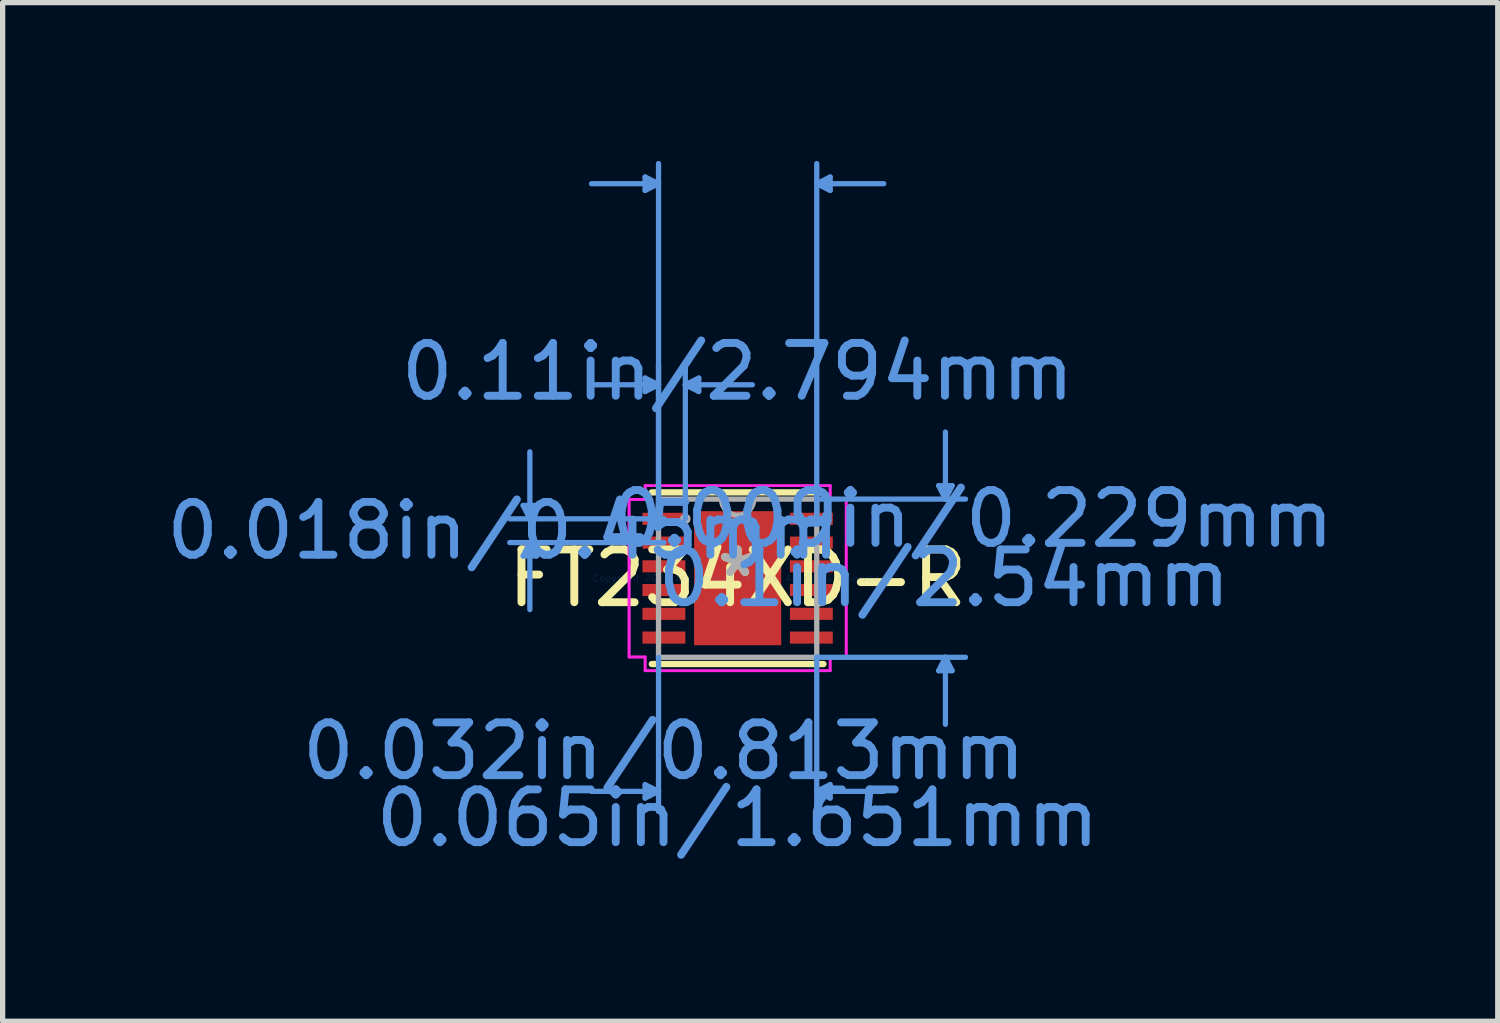
<source format=kicad_pcb>
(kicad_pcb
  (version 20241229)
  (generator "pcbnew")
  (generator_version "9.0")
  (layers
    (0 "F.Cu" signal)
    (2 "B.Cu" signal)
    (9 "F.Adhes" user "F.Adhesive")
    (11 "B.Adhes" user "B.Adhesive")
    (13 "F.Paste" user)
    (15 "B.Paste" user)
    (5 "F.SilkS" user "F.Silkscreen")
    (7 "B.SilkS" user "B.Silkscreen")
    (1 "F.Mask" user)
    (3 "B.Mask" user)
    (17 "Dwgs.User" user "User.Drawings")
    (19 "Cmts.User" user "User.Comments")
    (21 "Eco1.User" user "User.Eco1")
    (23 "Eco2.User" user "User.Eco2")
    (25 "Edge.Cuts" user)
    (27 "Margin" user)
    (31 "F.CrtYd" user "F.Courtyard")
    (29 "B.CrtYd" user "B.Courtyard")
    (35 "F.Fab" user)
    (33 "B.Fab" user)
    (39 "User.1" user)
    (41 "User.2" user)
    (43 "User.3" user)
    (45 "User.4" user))
  (footprint "FT234XD-R"
    (layer "F.Cu")
    (at 10.927 7.906)
    (property "Reference" "FT234XD-R" (at 0 0 0) (layer "F.SilkS") (effects (font (size 1 1) (thickness 0.15))))
    (attr through_hole)
    (fp_line (start -1.626 1.626) (end 1.626 1.626) (stroke (width 0.12) (type solid)) (layer "F.SilkS"))
    (fp_line (start 1.626 -1.626) (end -1.626 -1.626) (stroke (width 0.12) (type solid)) (layer "F.SilkS"))
    (fp_poly (pts (xy -0.726 -1.17) (xy -0.726 -0.1) (xy 0.726 -0.1) (xy 0.726 -1.17)) (stroke (width 0.1) (type solid)) (fill yes) (layer "F.Paste"))
    (fp_poly (pts (xy -0.726 0.1) (xy -0.726 1.17) (xy 0.726 1.17) (xy 0.726 0.1)) (stroke (width 0.1) (type solid)) (fill yes) (layer "F.Paste"))
    (fp_line (start -4.064 -1.379) (end -3.81 -1.379) (stroke (width 0.1) (type solid)) (layer "Cmts.User"))
    (fp_line (start -4.064 -0.421) (end -3.81 -0.421) (stroke (width 0.1) (type solid)) (layer "Cmts.User"))
    (fp_line (start -3.937 -1.125) (end -4.064 -1.379) (stroke (width 0.1) (type solid)) (layer "Cmts.User"))
    (fp_line (start -3.937 -1.125) (end -3.937 -2.395) (stroke (width 0.1) (type solid)) (layer "Cmts.User"))
    (fp_line (start -3.937 -1.125) (end -3.81 -1.379) (stroke (width 0.1) (type solid)) (layer "Cmts.User"))
    (fp_line (start -3.937 -0.675) (end -4.064 -0.421) (stroke (width 0.1) (type solid)) (layer "Cmts.User"))
    (fp_line (start -3.937 -0.675) (end -3.937 0.595) (stroke (width 0.1) (type solid)) (layer "Cmts.User"))
    (fp_line (start -3.937 -0.675) (end -3.81 -0.421) (stroke (width 0.1) (type solid)) (layer "Cmts.User"))
    (fp_line (start -1.753 -7.602) (end -1.753 -7.348) (stroke (width 0.1) (type solid)) (layer "Cmts.User"))
    (fp_line (start -1.753 -3.792) (end -1.753 -3.538) (stroke (width 0.1) (type solid)) (layer "Cmts.User"))
    (fp_line (start -1.753 3.912) (end -1.753 4.166) (stroke (width 0.1) (type solid)) (layer "Cmts.User"))
    (fp_line (start -1.499 -7.475) (end -2.769 -7.475) (stroke (width 0.1) (type solid)) (layer "Cmts.User"))
    (fp_line (start -1.499 -7.475) (end -1.753 -7.602) (stroke (width 0.1) (type solid)) (layer "Cmts.User"))
    (fp_line (start -1.499 -7.475) (end -1.753 -7.348) (stroke (width 0.1) (type solid)) (layer "Cmts.User"))
    (fp_line (start -1.499 -3.665) (end -2.769 -3.665) (stroke (width 0.1) (type solid)) (layer "Cmts.User"))
    (fp_line (start -1.499 -3.665) (end -1.753 -3.792) (stroke (width 0.1) (type solid)) (layer "Cmts.User"))
    (fp_line (start -1.499 -3.665) (end -1.753 -3.538) (stroke (width 0.1) (type solid)) (layer "Cmts.User"))
    (fp_line (start -1.499 -1.125) (end -1.499 -7.856) (stroke (width 0.1) (type solid)) (layer "Cmts.User"))
    (fp_line (start -1.499 -1.125) (end -1.499 -4.046) (stroke (width 0.1) (type solid)) (layer "Cmts.User"))
    (fp_line (start -1.499 1.499) (end -1.499 4.42) (stroke (width 0.1) (type solid)) (layer "Cmts.User"))
    (fp_line (start -1.499 4.039) (end -2.769 4.039) (stroke (width 0.1) (type solid)) (layer "Cmts.User"))
    (fp_line (start -1.499 4.039) (end -1.753 3.912) (stroke (width 0.1) (type solid)) (layer "Cmts.User"))
    (fp_line (start -1.499 4.039) (end -1.753 4.166) (stroke (width 0.1) (type solid)) (layer "Cmts.User"))
    (fp_line (start -1.397 -1.125) (end -4.318 -1.125) (stroke (width 0.1) (type solid)) (layer "Cmts.User"))
    (fp_line (start -1.397 -0.675) (end -4.318 -0.675) (stroke (width 0.1) (type solid)) (layer "Cmts.User"))
    (fp_line (start -0.991 -3.665) (end -0.737 -3.792) (stroke (width 0.1) (type solid)) (layer "Cmts.User"))
    (fp_line (start -0.991 -3.665) (end -0.737 -3.538) (stroke (width 0.1) (type solid)) (layer "Cmts.User"))
    (fp_line (start -0.991 -3.665) (end 0.279 -3.665) (stroke (width 0.1) (type solid)) (layer "Cmts.User"))
    (fp_line (start -0.991 -1.125) (end -0.991 -4.046) (stroke (width 0.1) (type solid)) (layer "Cmts.User"))
    (fp_line (start -0.737 -3.792) (end -0.737 -3.538) (stroke (width 0.1) (type solid)) (layer "Cmts.User"))
    (fp_line (start 1.499 -7.475) (end 1.753 -7.602) (stroke (width 0.1) (type solid)) (layer "Cmts.User"))
    (fp_line (start 1.499 -7.475) (end 1.753 -7.348) (stroke (width 0.1) (type solid)) (layer "Cmts.User"))
    (fp_line (start 1.499 -7.475) (end 2.769 -7.475) (stroke (width 0.1) (type solid)) (layer "Cmts.User"))
    (fp_line (start 1.499 -1.499) (end 4.318 -1.499) (stroke (width 0.1) (type solid)) (layer "Cmts.User"))
    (fp_line (start 1.499 -1.125) (end 1.499 -7.856) (stroke (width 0.1) (type solid)) (layer "Cmts.User"))
    (fp_line (start 1.499 1.499) (end 1.499 4.42) (stroke (width 0.1) (type solid)) (layer "Cmts.User"))
    (fp_line (start 1.499 1.499) (end 4.318 1.499) (stroke (width 0.1) (type solid)) (layer "Cmts.User"))
    (fp_line (start 1.499 4.039) (end 1.753 3.912) (stroke (width 0.1) (type solid)) (layer "Cmts.User"))
    (fp_line (start 1.499 4.039) (end 1.753 4.166) (stroke (width 0.1) (type solid)) (layer "Cmts.User"))
    (fp_line (start 1.499 4.039) (end 2.769 4.039) (stroke (width 0.1) (type solid)) (layer "Cmts.User"))
    (fp_line (start 1.753 -7.602) (end 1.753 -7.348) (stroke (width 0.1) (type solid)) (layer "Cmts.User"))
    (fp_line (start 1.753 3.912) (end 1.753 4.166) (stroke (width 0.1) (type solid)) (layer "Cmts.User"))
    (fp_line (start 3.81 -1.753) (end 4.064 -1.753) (stroke (width 0.1) (type solid)) (layer "Cmts.User"))
    (fp_line (start 3.81 1.753) (end 4.064 1.753) (stroke (width 0.1) (type solid)) (layer "Cmts.User"))
    (fp_line (start 3.937 -1.499) (end 3.81 -1.753) (stroke (width 0.1) (type solid)) (layer "Cmts.User"))
    (fp_line (start 3.937 -1.499) (end 3.937 -2.769) (stroke (width 0.1) (type solid)) (layer "Cmts.User"))
    (fp_line (start 3.937 -1.499) (end 4.064 -1.753) (stroke (width 0.1) (type solid)) (layer "Cmts.User"))
    (fp_line (start 3.937 1.499) (end 3.81 1.753) (stroke (width 0.1) (type solid)) (layer "Cmts.User"))
    (fp_line (start 3.937 1.499) (end 3.937 2.769) (stroke (width 0.1) (type solid)) (layer "Cmts.User"))
    (fp_line (start 3.937 1.499) (end 4.064 1.753) (stroke (width 0.1) (type solid)) (layer "Cmts.User"))
    (fp_line (start -2.057 -1.493) (end -1.753 -1.493) (stroke (width 0.05) (type solid)) (layer "F.CrtYd"))
    (fp_line (start -2.057 -1.493) (end -1.753 -1.493) (stroke (width 0.05) (type solid)) (layer "F.CrtYd"))
    (fp_line (start -2.057 1.493) (end -2.057 -1.493) (stroke (width 0.05) (type solid)) (layer "F.CrtYd"))
    (fp_line (start -2.057 1.493) (end -2.057 -1.493) (stroke (width 0.05) (type solid)) (layer "F.CrtYd"))
    (fp_line (start -2.057 1.493) (end -1.753 1.493) (stroke (width 0.05) (type solid)) (layer "F.CrtYd"))
    (fp_line (start -1.753 -1.753) (end 1.753 -1.753) (stroke (width 0.05) (type solid)) (layer "F.CrtYd"))
    (fp_line (start -1.753 -1.753) (end 1.753 -1.753) (stroke (width 0.05) (type solid)) (layer "F.CrtYd"))
    (fp_line (start -1.753 -1.493) (end -1.753 -1.753) (stroke (width 0.05) (type solid)) (layer "F.CrtYd"))
    (fp_line (start -1.753 -1.493) (end -1.753 -1.753) (stroke (width 0.05) (type solid)) (layer "F.CrtYd"))
    (fp_line (start -1.753 1.493) (end -2.057 1.493) (stroke (width 0.05) (type solid)) (layer "F.CrtYd"))
    (fp_line (start -1.753 1.753) (end -1.753 1.493) (stroke (width 0.05) (type solid)) (layer "F.CrtYd"))
    (fp_line (start -1.753 1.753) (end -1.753 1.493) (stroke (width 0.05) (type solid)) (layer "F.CrtYd"))
    (fp_line (start 1.753 -1.753) (end 1.753 -1.493) (stroke (width 0.05) (type solid)) (layer "F.CrtYd"))
    (fp_line (start 1.753 -1.753) (end 1.753 -1.493) (stroke (width 0.05) (type solid)) (layer "F.CrtYd"))
    (fp_line (start 1.753 -1.493) (end 2.057 -1.493) (stroke (width 0.05) (type solid)) (layer "F.CrtYd"))
    (fp_line (start 1.753 1.493) (end 1.753 1.753) (stroke (width 0.05) (type solid)) (layer "F.CrtYd"))
    (fp_line (start 1.753 1.493) (end 1.753 1.753) (stroke (width 0.05) (type solid)) (layer "F.CrtYd"))
    (fp_line (start 1.753 1.753) (end -1.753 1.753) (stroke (width 0.05) (type solid)) (layer "F.CrtYd"))
    (fp_line (start 1.753 1.753) (end -1.753 1.753) (stroke (width 0.05) (type solid)) (layer "F.CrtYd"))
    (fp_line (start 2.057 -1.493) (end 1.753 -1.493) (stroke (width 0.05) (type solid)) (layer "F.CrtYd"))
    (fp_line (start 2.057 -1.493) (end 2.057 1.493) (stroke (width 0.05) (type solid)) (layer "F.CrtYd"))
    (fp_line (start 2.057 -1.493) (end 2.057 1.493) (stroke (width 0.05) (type solid)) (layer "F.CrtYd"))
    (fp_line (start 2.057 1.493) (end 1.753 1.493) (stroke (width 0.05) (type solid)) (layer "F.CrtYd"))
    (fp_line (start 2.057 1.493) (end 1.753 1.493) (stroke (width 0.05) (type solid)) (layer "F.CrtYd"))
    (fp_line (start -1.499 -1.499) (end -1.499 1.499) (stroke (width 0.1) (type solid)) (layer "F.Fab"))
    (fp_line (start -1.499 1.499) (end 1.499 1.499) (stroke (width 0.1) (type solid)) (layer "F.Fab"))
    (fp_line (start 1.499 -1.499) (end -1.499 -1.499) (stroke (width 0.1) (type solid)) (layer "F.Fab"))
    (fp_line (start 1.499 1.499) (end 1.499 -1.499) (stroke (width 0.1) (type solid)) (layer "F.Fab"))
    (fp_arc (start 0.3048 -1.4986) (mid 0 -1.1938) (end -0.3048 -1.4986) (stroke (width 0.1) (type solid)) (layer "F.Fab"))
    (fp_circle (center -0.991 -1.125) (end -0.991 -1.125) (stroke (width 0.1) (type solid)) (fill no) (layer "F.Fab"))
    (fp_text user "*" (at 0 0 0) (layer "F.SilkS") (effects (font (size 1 1) (thickness 0.15))))
    (fp_text user "0.1in/2.54mm" (at 3.912 0 0) (layer "Cmts.User") (effects (font (size 1 1) (thickness 0.15))))
    (fp_text user "0.032in/0.813mm" (at -1.397 3.277 0) (layer "Cmts.User") (effects (font (size 1 1) (thickness 0.15))))
    (fp_text user "0.065in/1.651mm" (at 0 4.547 0) (layer "Cmts.User") (effects (font (size 1 1) (thickness 0.15))))
    (fp_text user "0.11in/2.794mm" (at 0 -3.912 0) (layer "Cmts.User") (effects (font (size 1 1) (thickness 0.15))))
    (fp_text user "0.018in/0.45mm" (at -4.445 -0.9 0) (layer "Cmts.User") (effects (font (size 1 1) (thickness 0.15))))
    (fp_text user "0.009in/0.229mm" (at 4.445 -1.125 0) (layer "Cmts.User") (effects (font (size 1 1) (thickness 0.15))))
    (fp_text user "Copyright 2021 Accelerated Designs. All rights reserved." (at 0 0 0) (layer "Cmts.User") (effects (font (size 0.127 0.127) (thickness 0.002))))
    (fp_text user "*" (at 0 0 0) (layer "F.Fab") (effects (font (size 1 1) (thickness 0.15))))
    (pad "1" smd rect (at -1.397 -1.125) (size 0.813 0.229) (layers "F.Cu" "F.Mask" "F.Paste"))
    (pad "2" smd rect (at -1.397 -0.675) (size 0.813 0.229) (layers "F.Cu" "F.Mask" "F.Paste"))
    (pad "3" smd rect (at -1.397 -0.225) (size 0.813 0.229) (layers "F.Cu" "F.Mask" "F.Paste"))
    (pad "4" smd rect (at -1.397 0.225) (size 0.813 0.229) (layers "F.Cu" "F.Mask" "F.Paste"))
    (pad "5" smd rect (at -1.397 0.675) (size 0.813 0.229) (layers "F.Cu" "F.Mask" "F.Paste"))
    (pad "6" smd rect (at -1.397 1.125) (size 0.813 0.229) (layers "F.Cu" "F.Mask" "F.Paste"))
    (pad "7" smd rect (at 1.397 1.125) (size 0.813 0.229) (layers "F.Cu" "F.Mask" "F.Paste"))
    (pad "8" smd rect (at 1.397 0.675) (size 0.813 0.229) (layers "F.Cu" "F.Mask" "F.Paste"))
    (pad "9" smd rect (at 1.397 0.225) (size 0.813 0.229) (layers "F.Cu" "F.Mask" "F.Paste"))
    (pad "10" smd rect (at 1.397 -0.225) (size 0.813 0.229) (layers "F.Cu" "F.Mask" "F.Paste"))
    (pad "11" smd rect (at 1.397 -0.675) (size 0.813 0.229) (layers "F.Cu" "F.Mask" "F.Paste"))
    (pad "12" smd rect (at 1.397 -1.125) (size 0.813 0.229) (layers "F.Cu" "F.Mask" "F.Paste"))
    (pad "13" smd rect (at 0 0) (size 1.651 2.54) (layers "F.Cu" "F.Mask" "F.Paste")))
  (gr_rect
    (start -3 -3)
    (end 25.33 16.301)
    (stroke (width 0.1) (type default))
    (fill no)
    (layer "Edge.Cuts")))
</source>
